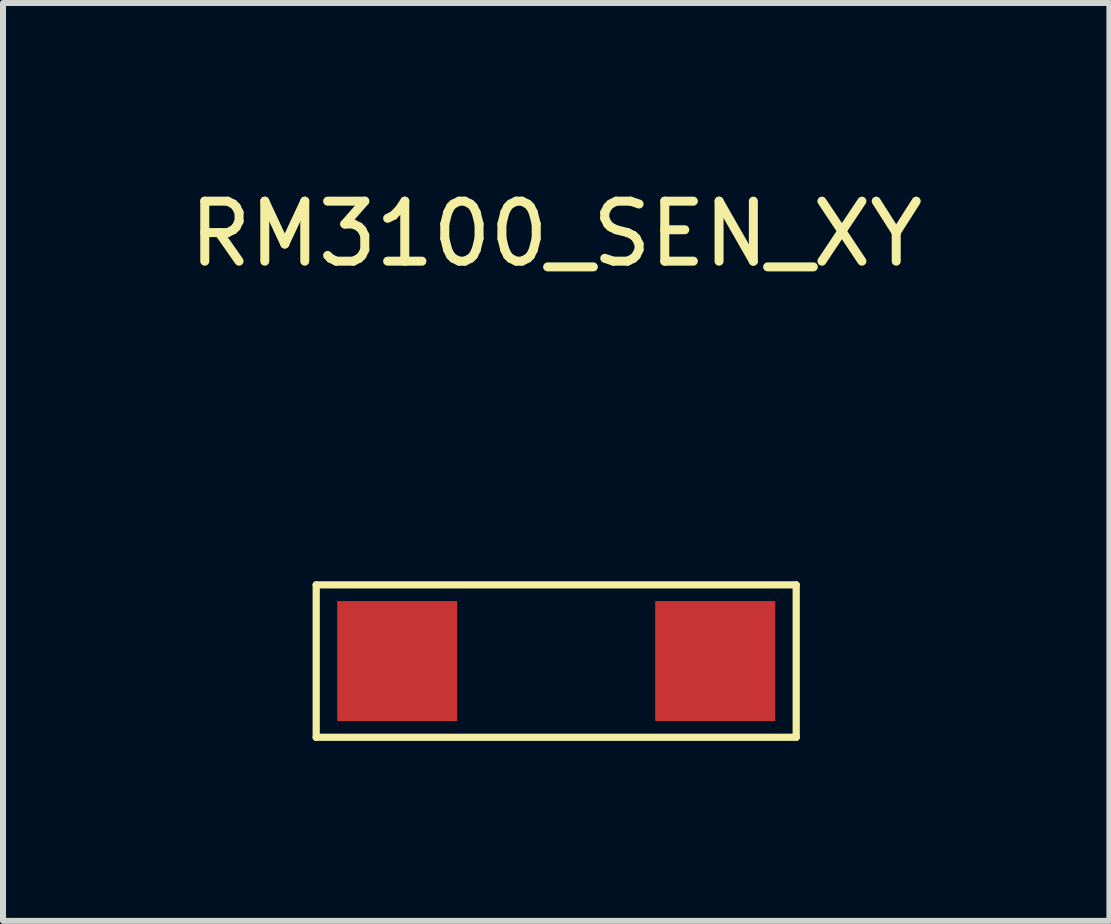
<source format=kicad_pcb>
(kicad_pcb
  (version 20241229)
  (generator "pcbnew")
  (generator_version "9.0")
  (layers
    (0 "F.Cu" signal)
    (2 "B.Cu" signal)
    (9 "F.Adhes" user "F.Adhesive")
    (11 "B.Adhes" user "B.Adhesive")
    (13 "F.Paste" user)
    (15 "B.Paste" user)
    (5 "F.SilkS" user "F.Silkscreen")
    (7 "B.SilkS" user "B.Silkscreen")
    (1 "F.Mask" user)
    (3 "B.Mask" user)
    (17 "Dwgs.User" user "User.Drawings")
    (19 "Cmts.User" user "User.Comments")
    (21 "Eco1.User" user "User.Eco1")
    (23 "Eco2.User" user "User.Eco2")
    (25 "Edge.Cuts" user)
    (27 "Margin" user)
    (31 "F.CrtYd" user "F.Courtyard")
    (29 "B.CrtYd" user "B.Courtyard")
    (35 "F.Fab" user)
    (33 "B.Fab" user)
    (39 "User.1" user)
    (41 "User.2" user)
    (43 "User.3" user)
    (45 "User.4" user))
  (footprint "RM3100_SEN_XY"
    (layer "F.Cu")
    (at 6.22 7.968)
    (property "Reference" "RM3100_SEN_XY" (at 0 -7.12 0) (layer "F.SilkS") (effects (font (size 1 1) (thickness 0.15))))
    (attr through_hole)
    (fp_line (start -4 -1.27) (end -4 1.27) (stroke (width 0.12) (type solid)) (layer "F.SilkS"))
    (fp_line (start -4 -1.27) (end 4 -1.27) (stroke (width 0.12) (type solid)) (layer "F.SilkS"))
    (fp_line (start 4 -1.27) (end 4 1.27) (stroke (width 0.12) (type solid)) (layer "F.SilkS"))
    (fp_line (start 4 1.27) (end -4 1.27) (stroke (width 0.12) (type solid)) (layer "F.SilkS"))
    (pad "1" smd rect (at -2.65 0) (size 2 2) (layers "F.Cu" "F.Mask" "F.Paste"))
    (pad "2" smd rect (at 2.65 0) (size 2 2) (layers "F.Cu" "F.Mask" "F.Paste")))
  (gr_rect
    (start -3 -3)
    (end 15.44 12.298)
    (stroke (width 0.1) (type default))
    (fill no)
    (layer "Edge.Cuts")))
</source>
